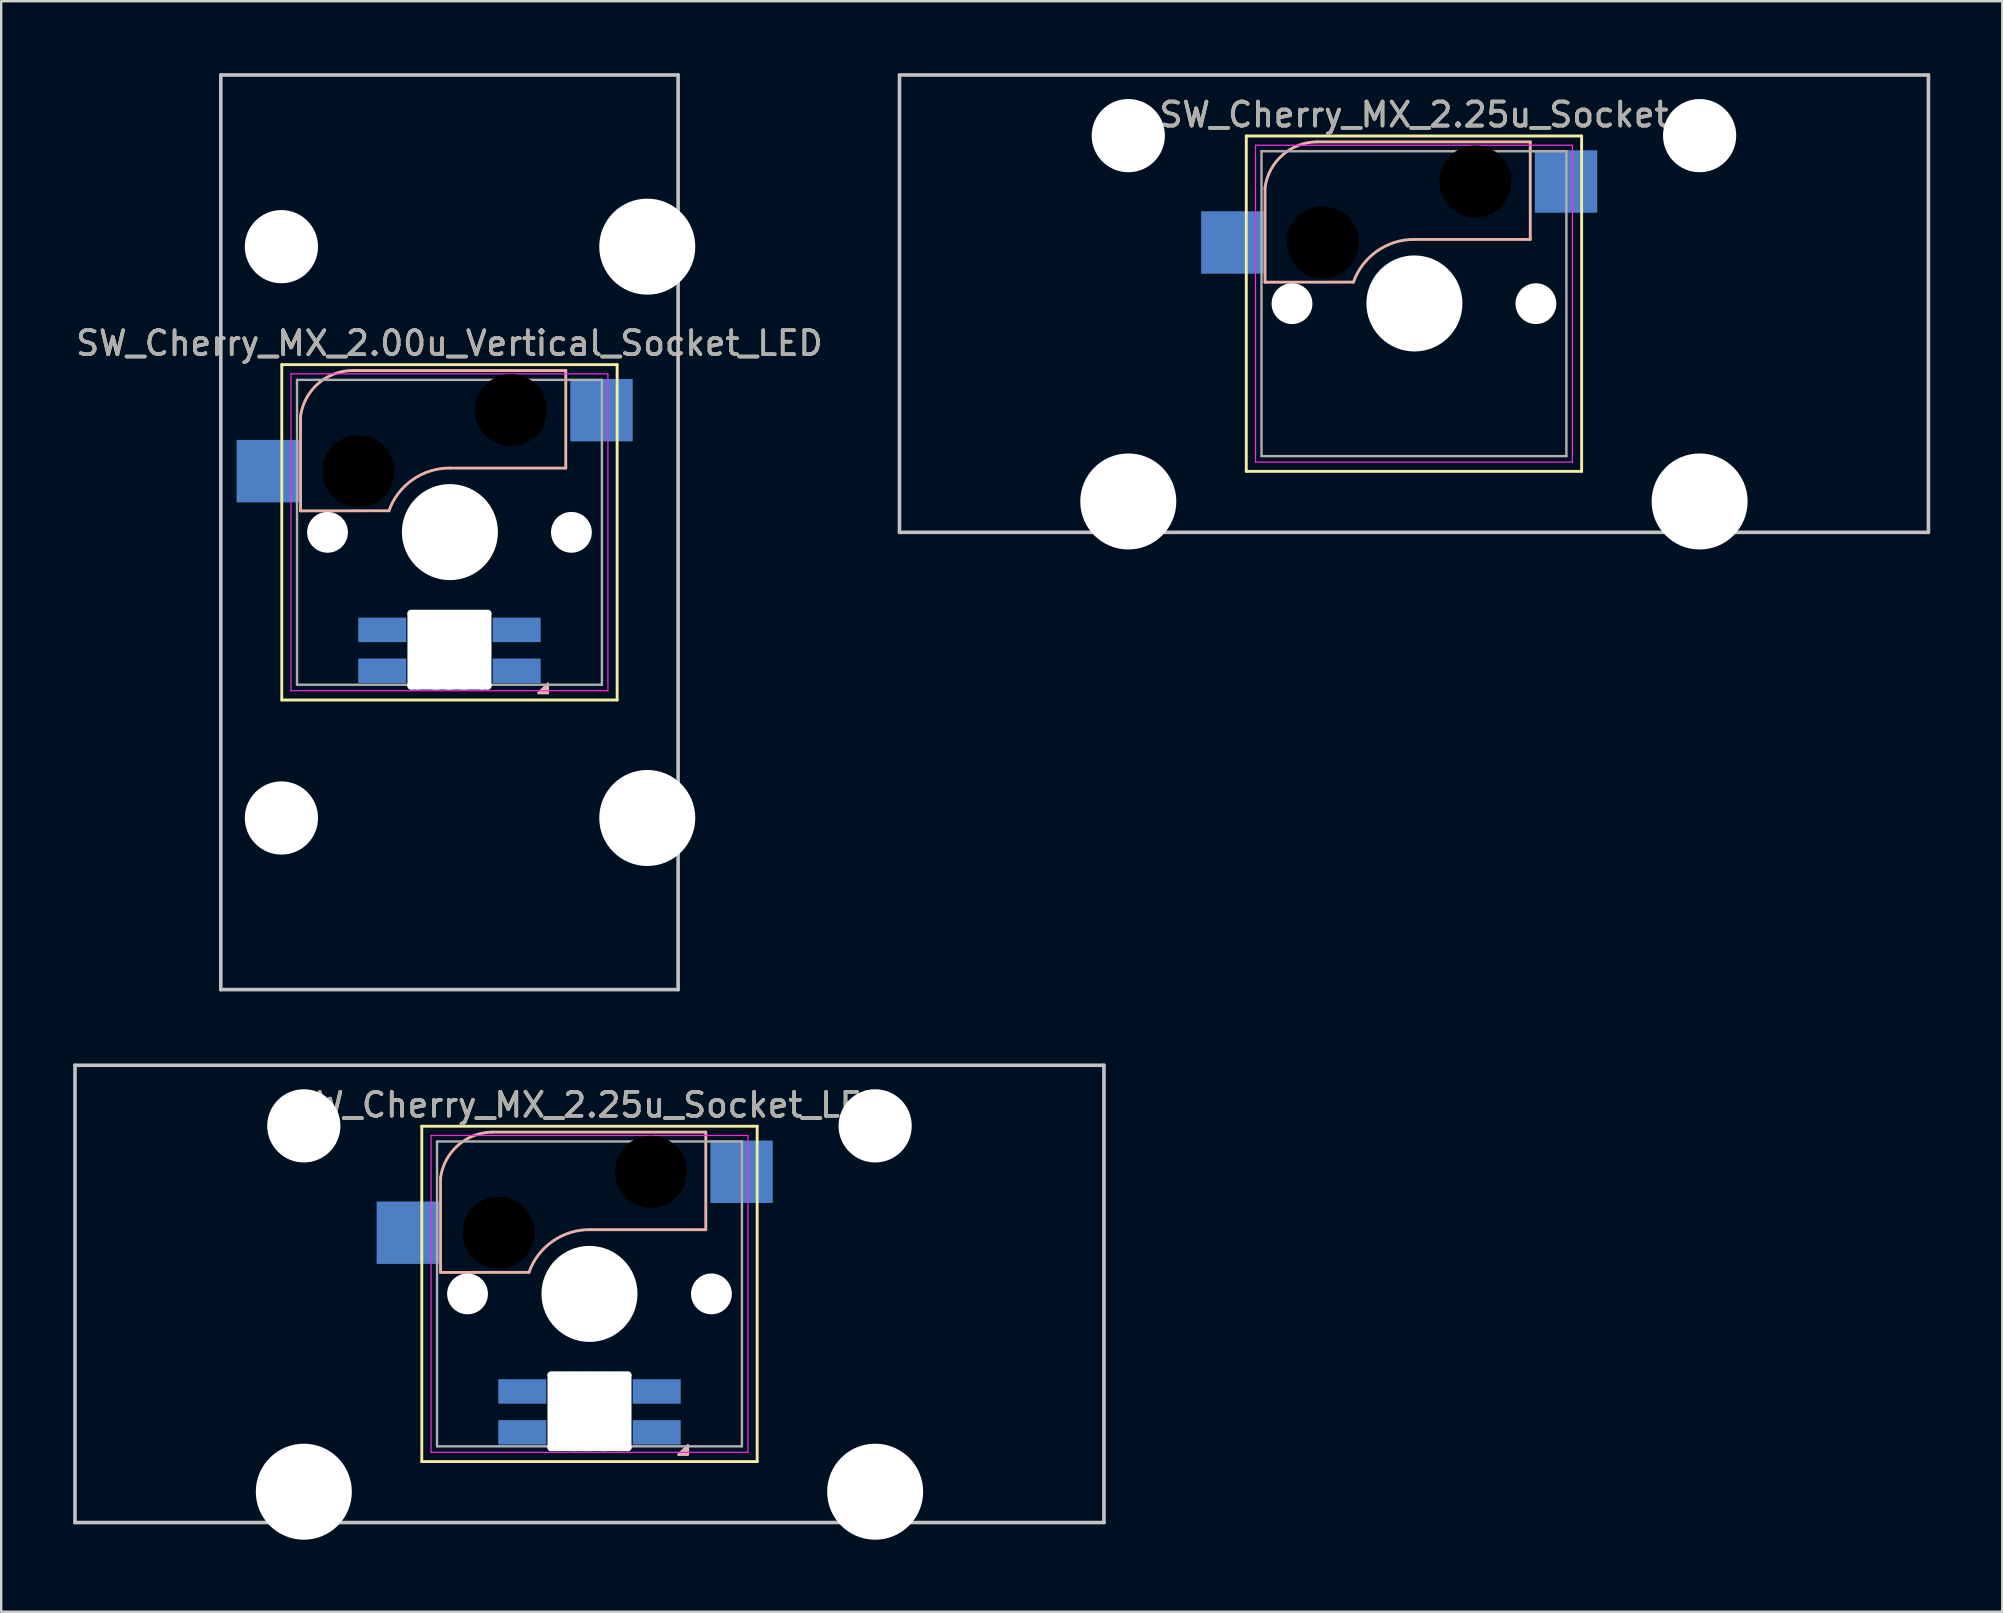
<source format=kicad_pcb>
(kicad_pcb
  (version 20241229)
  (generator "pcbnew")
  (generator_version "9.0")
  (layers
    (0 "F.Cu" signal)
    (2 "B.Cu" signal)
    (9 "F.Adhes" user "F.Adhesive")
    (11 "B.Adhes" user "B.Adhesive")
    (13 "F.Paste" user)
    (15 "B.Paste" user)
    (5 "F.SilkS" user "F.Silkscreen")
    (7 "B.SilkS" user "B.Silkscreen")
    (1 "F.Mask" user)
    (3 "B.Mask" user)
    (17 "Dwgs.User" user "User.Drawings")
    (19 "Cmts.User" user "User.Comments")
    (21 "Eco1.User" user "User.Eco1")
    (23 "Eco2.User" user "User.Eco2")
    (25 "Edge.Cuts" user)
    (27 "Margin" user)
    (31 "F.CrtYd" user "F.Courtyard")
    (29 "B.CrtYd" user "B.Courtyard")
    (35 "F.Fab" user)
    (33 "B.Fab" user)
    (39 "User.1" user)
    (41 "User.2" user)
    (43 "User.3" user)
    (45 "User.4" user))
  (footprint "SW_Cherry_MX_2.00u_Vertical_Socket_LED"
    (layer "F.Cu")
    (at 18.213 14.045)
    (property "Reference" "SW_Cherry_MX_2.00u_Vertical_Socket_LED" (at -2.54 -2.794 0) (layer "F.SilkS") (effects (font (size 1 1) (thickness 0.15))))
    (attr through_hole)
    (fp_line (start -9.525 -1.905) (end 4.445 -1.905) (stroke (width 0.12) (type solid)) (layer "F.SilkS"))
    (fp_line (start -9.525 12.065) (end -9.525 -1.905) (stroke (width 0.12) (type solid)) (layer "F.SilkS"))
    (fp_line (start 4.445 -1.905) (end 4.445 12.065) (stroke (width 0.12) (type solid)) (layer "F.SilkS"))
    (fp_line (start 4.445 12.065) (end -9.525 12.065) (stroke (width 0.12) (type solid)) (layer "F.SilkS"))
    (fp_line (start -8.744 4.186) (end -8.744 0.245) (stroke (width 0.12) (type solid)) (layer "B.SilkS"))
    (fp_line (start -8.744 4.186) (end -5.061 4.182) (stroke (width 0.12) (type solid)) (layer "B.SilkS"))
    (fp_line (start -2.521 2.404) (end 2.305 2.404) (stroke (width 0.12) (type solid)) (layer "B.SilkS"))
    (fp_line (start 2.305 -1.66) (end -6.585 -1.66) (stroke (width 0.12) (type solid)) (layer "B.SilkS"))
    (fp_line (start 2.305 2.404) (end 2.305 -1.66) (stroke (width 0.12) (type solid)) (layer "B.SilkS"))
    (fp_arc (start -8.74408 0.244744) (mid -8.018786 -1.10919) (end -6.58508 -1.660256) (stroke (width 0.12) (type solid)) (layer "B.SilkS"))
    (fp_arc (start -5.06108 4.181744) (mid -4.074771 2.887471) (end -2.52108 2.403744) (stroke (width 0.12) (type solid)) (layer "B.SilkS"))
    (fp_poly (pts (xy 1.56 11.38) (xy 1.56 11.78) (xy 1.16 11.78)) (stroke (width 0.1) (type solid)) (fill yes) (layer "B.SilkS"))
    (fp_line (start -12.065 -13.97) (end 6.985 -13.97) (stroke (width 0.15) (type solid)) (layer "Dwgs.User"))
    (fp_line (start -12.065 24.13) (end -12.065 -13.97) (stroke (width 0.15) (type solid)) (layer "Dwgs.User"))
    (fp_line (start 6.985 -13.97) (end 6.985 24.13) (stroke (width 0.15) (type solid)) (layer "Dwgs.User"))
    (fp_line (start 6.985 24.13) (end -12.065 24.13) (stroke (width 0.15) (type solid)) (layer "Dwgs.User"))
    (fp_line (start -9.14 -1.52) (end 4.06 -1.52) (stroke (width 0.05) (type solid)) (layer "F.CrtYd"))
    (fp_line (start -9.14 11.68) (end -9.14 -1.52) (stroke (width 0.05) (type solid)) (layer "F.CrtYd"))
    (fp_line (start 4.06 -1.52) (end 4.06 11.68) (stroke (width 0.05) (type solid)) (layer "F.CrtYd"))
    (fp_line (start 4.06 11.68) (end -9.14 11.68) (stroke (width 0.05) (type solid)) (layer "F.CrtYd"))
    (fp_line (start -8.89 -1.27) (end 3.81 -1.27) (stroke (width 0.1) (type solid)) (layer "F.Fab"))
    (fp_line (start -8.89 11.43) (end -8.89 -1.27) (stroke (width 0.1) (type solid)) (layer "F.Fab"))
    (fp_line (start 3.81 -1.27) (end 3.81 11.43) (stroke (width 0.1) (type solid)) (layer "F.Fab"))
    (fp_line (start 3.81 11.43) (end -8.89 11.43) (stroke (width 0.1) (type solid)) (layer "F.Fab"))
    (fp_text user "${REFERENCE}" (at -2.54 -2.794 0) (layer "F.Fab") (effects (font (size 1 1) (thickness 0.15))))
    (pad "" np_thru_hole circle (at -9.54 -6.82) (size 3.05 3.05) (drill 3.05) (layers "*.Cu" "*.Mask"))
    (pad "" np_thru_hole circle (at -9.54 16.98) (size 3.05 3.05) (drill 3.05) (layers "*.Cu" "*.Mask"))
    (pad "" np_thru_hole circle (at -7.62 5.08) (size 1.7 1.7) (drill 1.7) (layers "*.Cu" "*.Mask"))
    (pad "" np_thru_hole circle (at -6.331 2.531 180) (size 3 3) (drill 3) (layers "*.Mask"))
    (pad "" np_thru_hole oval (at -4.14 9.98 180) (size 0.3 3.3) (drill oval 0.3 3.3) (layers "*.Cu" "*.Mask"))
    (pad "" np_thru_hole oval (at -3.865 9.98 180) (size 0.5 3.3) (drill oval 0.5 3.3) (layers "*.Cu" "*.Mask"))
    (pad "" np_thru_hole oval (at -3.115 9.98 180) (size 1.7 3.3) (drill oval 1.7 3.3) (layers "*.Cu" "*.Mask"))
    (pad "" np_thru_hole oval (at -2.54 8.455 90) (size 0.3 3.5) (drill oval 0.3 3.5) (layers "*.Cu" "*.Mask"))
    (pad "" np_thru_hole oval (at -2.54 9.98 180) (size 1.7 3.3) (drill oval 1.7 3.3) (layers "*.Cu" "*.Mask"))
    (pad "" np_thru_hole oval (at -2.54 11.48 90) (size 0.3 3.5) (drill oval 0.3 3.5) (layers "*.Cu" "*.Mask"))
    (pad "" np_thru_hole circle (at -2.521 5.071 90) (size 4 4) (drill 4) (layers "*.Cu" "*.Mask"))
    (pad "" np_thru_hole oval (at -1.94 9.98 180) (size 1.65 3.3) (drill oval 1.65 3.3) (layers "*.Cu" "*.Mask"))
    (pad "" np_thru_hole oval (at -1.19 9.98) (size 0.5 3.3) (drill oval 0.5 3.3) (layers "*.Cu" "*.Mask"))
    (pad "" np_thru_hole oval (at -0.94 9.98 180) (size 0.3 3.3) (drill oval 0.3 3.3) (layers "*.Cu" "*.Mask"))
    (pad "" np_thru_hole circle (at 0.019 -0.009 180) (size 3 3) (drill 3) (layers "*.Mask"))
    (pad "" np_thru_hole circle (at 2.54 5.08) (size 1.7 1.7) (drill 1.7) (layers "*.Cu" "*.Mask"))
    (pad "" np_thru_hole circle (at 5.7 -6.82) (size 4 4) (drill 4) (layers "*.Cu" "*.Mask"))
    (pad "" np_thru_hole circle (at 5.7 16.98) (size 4 4) (drill 4) (layers "*.Cu" "*.Mask"))
    (pad "1" smd rect (at 3.794 -0.009 180) (size 2.6 2.6) (layers "B.Cu" "B.Mask" "B.Paste"))
    (pad "2" smd rect (at -10.106 2.531 180) (size 2.6 2.6) (layers "B.Cu" "B.Mask" "B.Paste"))
    (pad "3" smd rect (at -5.34 9.144 180) (size 2 1.02) (layers "B.Cu" "B.Mask" "B.Paste"))
    (pad "4" smd rect (at -5.34 10.848 180) (size 2 1.02) (layers "B.Cu" "B.Mask" "B.Paste"))
    (pad "5" smd rect (at 0.26 10.848 180) (size 2 1.02) (layers "B.Cu" "B.Mask" "B.Paste"))
    (pad "6" smd rect (at 0.26 9.144 180) (size 2 1.02) (layers "B.Cu" "B.Mask" "B.Paste")))
  (footprint "SW_Cherry_MX_2.25u_Socket"
    (layer "F.Cu")
    (at 58.391 4.52)
    (property "Reference" "SW_Cherry_MX_2.25u_Socket" (at -2.54 -2.794 0) (layer "F.SilkS") (effects (font (size 1 1) (thickness 0.15))))
    (attr through_hole)
    (fp_line (start -9.525 -1.905) (end 4.445 -1.905) (stroke (width 0.12) (type solid)) (layer "F.SilkS"))
    (fp_line (start -9.525 12.065) (end -9.525 -1.905) (stroke (width 0.12) (type solid)) (layer "F.SilkS"))
    (fp_line (start 4.445 -1.905) (end 4.445 12.065) (stroke (width 0.12) (type solid)) (layer "F.SilkS"))
    (fp_line (start 4.445 12.065) (end -9.525 12.065) (stroke (width 0.12) (type solid)) (layer "F.SilkS"))
    (fp_line (start -8.744 4.186) (end -8.744 0.245) (stroke (width 0.12) (type solid)) (layer "B.SilkS"))
    (fp_line (start -8.744 4.186) (end -5.061 4.182) (stroke (width 0.12) (type solid)) (layer "B.SilkS"))
    (fp_line (start -2.521 2.404) (end 2.305 2.404) (stroke (width 0.12) (type solid)) (layer "B.SilkS"))
    (fp_line (start 2.305 -1.66) (end -6.585 -1.66) (stroke (width 0.12) (type solid)) (layer "B.SilkS"))
    (fp_line (start 2.305 2.404) (end 2.305 -1.66) (stroke (width 0.12) (type solid)) (layer "B.SilkS"))
    (fp_arc (start -8.74408 0.244743) (mid -8.018786 -1.109191) (end -6.58508 -1.660257) (stroke (width 0.12) (type solid)) (layer "B.SilkS"))
    (fp_arc (start -5.06108 4.181743) (mid -4.074771 2.88747) (end -2.52108 2.403743) (stroke (width 0.12) (type solid)) (layer "B.SilkS"))
    (fp_line (start -23.971 -4.445) (end 18.891 -4.445) (stroke (width 0.15) (type solid)) (layer "Dwgs.User"))
    (fp_line (start -23.971 14.605) (end -23.971 -4.445) (stroke (width 0.15) (type solid)) (layer "Dwgs.User"))
    (fp_line (start 18.891 -4.445) (end 18.891 14.605) (stroke (width 0.15) (type solid)) (layer "Dwgs.User"))
    (fp_line (start 18.891 14.605) (end -23.971 14.605) (stroke (width 0.15) (type solid)) (layer "Dwgs.User"))
    (fp_line (start -9.14 -1.52) (end 4.06 -1.52) (stroke (width 0.05) (type solid)) (layer "F.CrtYd"))
    (fp_line (start -9.14 11.68) (end -9.14 -1.52) (stroke (width 0.05) (type solid)) (layer "F.CrtYd"))
    (fp_line (start 4.06 -1.52) (end 4.06 11.68) (stroke (width 0.05) (type solid)) (layer "F.CrtYd"))
    (fp_line (start 4.06 11.68) (end -9.14 11.68) (stroke (width 0.05) (type solid)) (layer "F.CrtYd"))
    (fp_line (start -8.89 -1.27) (end 3.81 -1.27) (stroke (width 0.1) (type solid)) (layer "F.Fab"))
    (fp_line (start -8.89 11.43) (end -8.89 -1.27) (stroke (width 0.1) (type solid)) (layer "F.Fab"))
    (fp_line (start 3.81 -1.27) (end 3.81 11.43) (stroke (width 0.1) (type solid)) (layer "F.Fab"))
    (fp_line (start 3.81 11.43) (end -8.89 11.43) (stroke (width 0.1) (type solid)) (layer "F.Fab"))
    (fp_text user "${REFERENCE}" (at -2.54 -2.794 0) (layer "F.Fab") (effects (font (size 1 1) (thickness 0.15))))
    (pad "" np_thru_hole circle (at -14.44 -1.92) (size 3.05 3.05) (drill 3.05) (layers "*.Cu" "*.Mask"))
    (pad "" np_thru_hole circle (at -14.44 13.32) (size 4 4) (drill 4) (layers "*.Cu" "*.Mask"))
    (pad "" np_thru_hole circle (at -7.62 5.08) (size 1.7 1.7) (drill 1.7) (layers "*.Cu" "*.Mask"))
    (pad "" np_thru_hole circle (at -6.331 2.531 180) (size 3 3) (drill 3) (layers "*.Mask"))
    (pad "" np_thru_hole circle (at -2.521 5.071 90) (size 4 4) (drill 4) (layers "*.Cu" "*.Mask"))
    (pad "" np_thru_hole circle (at 0.019 -0.009 180) (size 3 3) (drill 3) (layers "*.Mask"))
    (pad "" np_thru_hole circle (at 2.54 5.08) (size 1.7 1.7) (drill 1.7) (layers "*.Cu" "*.Mask"))
    (pad "" np_thru_hole circle (at 9.36 -1.92) (size 3.05 3.05) (drill 3.05) (layers "*.Cu" "*.Mask"))
    (pad "" np_thru_hole circle (at 9.36 13.32) (size 4 4) (drill 4) (layers "*.Cu" "*.Mask"))
    (pad "1" smd rect (at 3.794 -0.009 180) (size 2.6 2.6) (layers "B.Cu" "B.Mask" "B.Paste"))
    (pad "2" smd rect (at -10.106 2.531 180) (size 2.6 2.6) (layers "B.Cu" "B.Mask" "B.Paste")))
  (footprint "SW_Cherry_MX_2.25u_Socket_LED"
    (layer "F.Cu")
    (at 24.046 45.77)
    (property "Reference" "SW_Cherry_MX_2.25u_Socket_LED" (at -2.54 -2.794 0) (layer "F.SilkS") (effects (font (size 1 1) (thickness 0.15))))
    (attr through_hole)
    (fp_line (start -9.525 -1.905) (end 4.445 -1.905) (stroke (width 0.12) (type solid)) (layer "F.SilkS"))
    (fp_line (start -9.525 12.065) (end -9.525 -1.905) (stroke (width 0.12) (type solid)) (layer "F.SilkS"))
    (fp_line (start 4.445 -1.905) (end 4.445 12.065) (stroke (width 0.12) (type solid)) (layer "F.SilkS"))
    (fp_line (start 4.445 12.065) (end -9.525 12.065) (stroke (width 0.12) (type solid)) (layer "F.SilkS"))
    (fp_line (start -8.744 4.186) (end -8.744 0.245) (stroke (width 0.12) (type solid)) (layer "B.SilkS"))
    (fp_line (start -8.744 4.186) (end -5.061 4.182) (stroke (width 0.12) (type solid)) (layer "B.SilkS"))
    (fp_line (start -2.521 2.404) (end 2.305 2.404) (stroke (width 0.12) (type solid)) (layer "B.SilkS"))
    (fp_line (start 2.305 -1.66) (end -6.585 -1.66) (stroke (width 0.12) (type solid)) (layer "B.SilkS"))
    (fp_line (start 2.305 2.404) (end 2.305 -1.66) (stroke (width 0.12) (type solid)) (layer "B.SilkS"))
    (fp_arc (start -8.74408 0.244743) (mid -8.018786 -1.109191) (end -6.58508 -1.660257) (stroke (width 0.12) (type solid)) (layer "B.SilkS"))
    (fp_arc (start -5.06108 4.181743) (mid -4.074771 2.88747) (end -2.52108 2.403743) (stroke (width 0.12) (type solid)) (layer "B.SilkS"))
    (fp_poly (pts (xy 1.56 11.38) (xy 1.56 11.78) (xy 1.16 11.78)) (stroke (width 0.1) (type solid)) (fill yes) (layer "B.SilkS"))
    (fp_line (start -23.971 -4.445) (end 18.891 -4.445) (stroke (width 0.15) (type solid)) (layer "Dwgs.User"))
    (fp_line (start -23.971 14.605) (end -23.971 -4.445) (stroke (width 0.15) (type solid)) (layer "Dwgs.User"))
    (fp_line (start 18.891 -4.445) (end 18.891 14.605) (stroke (width 0.15) (type solid)) (layer "Dwgs.User"))
    (fp_line (start 18.891 14.605) (end -23.971 14.605) (stroke (width 0.15) (type solid)) (layer "Dwgs.User"))
    (fp_line (start -9.14 -1.52) (end 4.06 -1.52) (stroke (width 0.05) (type solid)) (layer "F.CrtYd"))
    (fp_line (start -9.14 11.68) (end -9.14 -1.52) (stroke (width 0.05) (type solid)) (layer "F.CrtYd"))
    (fp_line (start 4.06 -1.52) (end 4.06 11.68) (stroke (width 0.05) (type solid)) (layer "F.CrtYd"))
    (fp_line (start 4.06 11.68) (end -9.14 11.68) (stroke (width 0.05) (type solid)) (layer "F.CrtYd"))
    (fp_line (start -8.89 -1.27) (end 3.81 -1.27) (stroke (width 0.1) (type solid)) (layer "F.Fab"))
    (fp_line (start -8.89 11.43) (end -8.89 -1.27) (stroke (width 0.1) (type solid)) (layer "F.Fab"))
    (fp_line (start 3.81 -1.27) (end 3.81 11.43) (stroke (width 0.1) (type solid)) (layer "F.Fab"))
    (fp_line (start 3.81 11.43) (end -8.89 11.43) (stroke (width 0.1) (type solid)) (layer "F.Fab"))
    (fp_text user "${REFERENCE}" (at -2.54 -2.794 0) (layer "F.Fab") (effects (font (size 1 1) (thickness 0.15))))
    (pad "" np_thru_hole circle (at -14.44 -1.92) (size 3.05 3.05) (drill 3.05) (layers "*.Cu" "*.Mask"))
    (pad "" np_thru_hole circle (at -14.44 13.32) (size 4 4) (drill 4) (layers "*.Cu" "*.Mask"))
    (pad "" np_thru_hole circle (at -7.62 5.08) (size 1.7 1.7) (drill 1.7) (layers "*.Cu" "*.Mask"))
    (pad "" np_thru_hole circle (at -6.331 2.531 180) (size 3 3) (drill 3) (layers "*.Mask"))
    (pad "" np_thru_hole oval (at -4.14 9.98 180) (size 0.3 3.3) (drill oval 0.3 3.3) (layers "*.Cu" "*.Mask"))
    (pad "" np_thru_hole oval (at -3.865 9.98 180) (size 0.5 3.3) (drill oval 0.5 3.3) (layers "*.Cu" "*.Mask"))
    (pad "" np_thru_hole oval (at -3.115 9.98 180) (size 1.7 3.3) (drill oval 1.7 3.3) (layers "*.Cu" "*.Mask"))
    (pad "" np_thru_hole circle (at -2.54 5.08 90) (size 4 4) (drill 4) (layers "*.Cu" "*.Mask"))
    (pad "" np_thru_hole oval (at -2.54 8.455 90) (size 0.3 3.5) (drill oval 0.3 3.5) (layers "*.Cu" "*.Mask"))
    (pad "" np_thru_hole oval (at -2.54 9.98 180) (size 1.7 3.3) (drill oval 1.7 3.3) (layers "*.Cu" "*.Mask"))
    (pad "" np_thru_hole oval (at -2.54 11.48 90) (size 0.3 3.5) (drill oval 0.3 3.5) (layers "*.Cu" "*.Mask"))
    (pad "" np_thru_hole oval (at -1.94 9.98 180) (size 1.65 3.3) (drill oval 1.65 3.3) (layers "*.Cu" "*.Mask"))
    (pad "" np_thru_hole oval (at -1.19 9.98) (size 0.5 3.3) (drill oval 0.5 3.3) (layers "*.Cu" "*.Mask"))
    (pad "" np_thru_hole oval (at -0.94 9.98 180) (size 0.3 3.3) (drill oval 0.3 3.3) (layers "*.Cu" "*.Mask"))
    (pad "" np_thru_hole circle (at 0.019 -0.009 180) (size 3 3) (drill 3) (layers "*.Mask"))
    (pad "" np_thru_hole circle (at 2.54 5.08) (size 1.7 1.7) (drill 1.7) (layers "*.Cu" "*.Mask"))
    (pad "" np_thru_hole circle (at 9.36 -1.92) (size 3.05 3.05) (drill 3.05) (layers "*.Cu" "*.Mask"))
    (pad "" np_thru_hole circle (at 9.36 13.32) (size 4 4) (drill 4) (layers "*.Cu" "*.Mask"))
    (pad "1" smd rect (at 3.794 -0.009 180) (size 2.6 2.6) (layers "B.Cu" "B.Mask" "B.Paste"))
    (pad "2" smd rect (at -10.106 2.531 180) (size 2.6 2.6) (layers "B.Cu" "B.Mask" "B.Paste"))
    (pad "3" smd rect (at -5.34 9.144 180) (size 2 1.02) (layers "B.Cu" "B.Mask" "B.Paste"))
    (pad "4" smd rect (at -5.34 10.848 180) (size 2 1.02) (layers "B.Cu" "B.Mask" "B.Paste"))
    (pad "5" smd rect (at 0.26 10.848 180) (size 2 1.02) (layers "B.Cu" "B.Mask" "B.Paste"))
    (pad "6" smd rect (at 0.26 9.144 180) (size 2 1.02) (layers "B.Cu" "B.Mask" "B.Paste")))
  (gr_rect
    (start -3 -3)
    (end 80.358 64.09)
    (stroke (width 0.1) (type default))
    (fill no)
    (layer "Edge.Cuts")))
</source>
